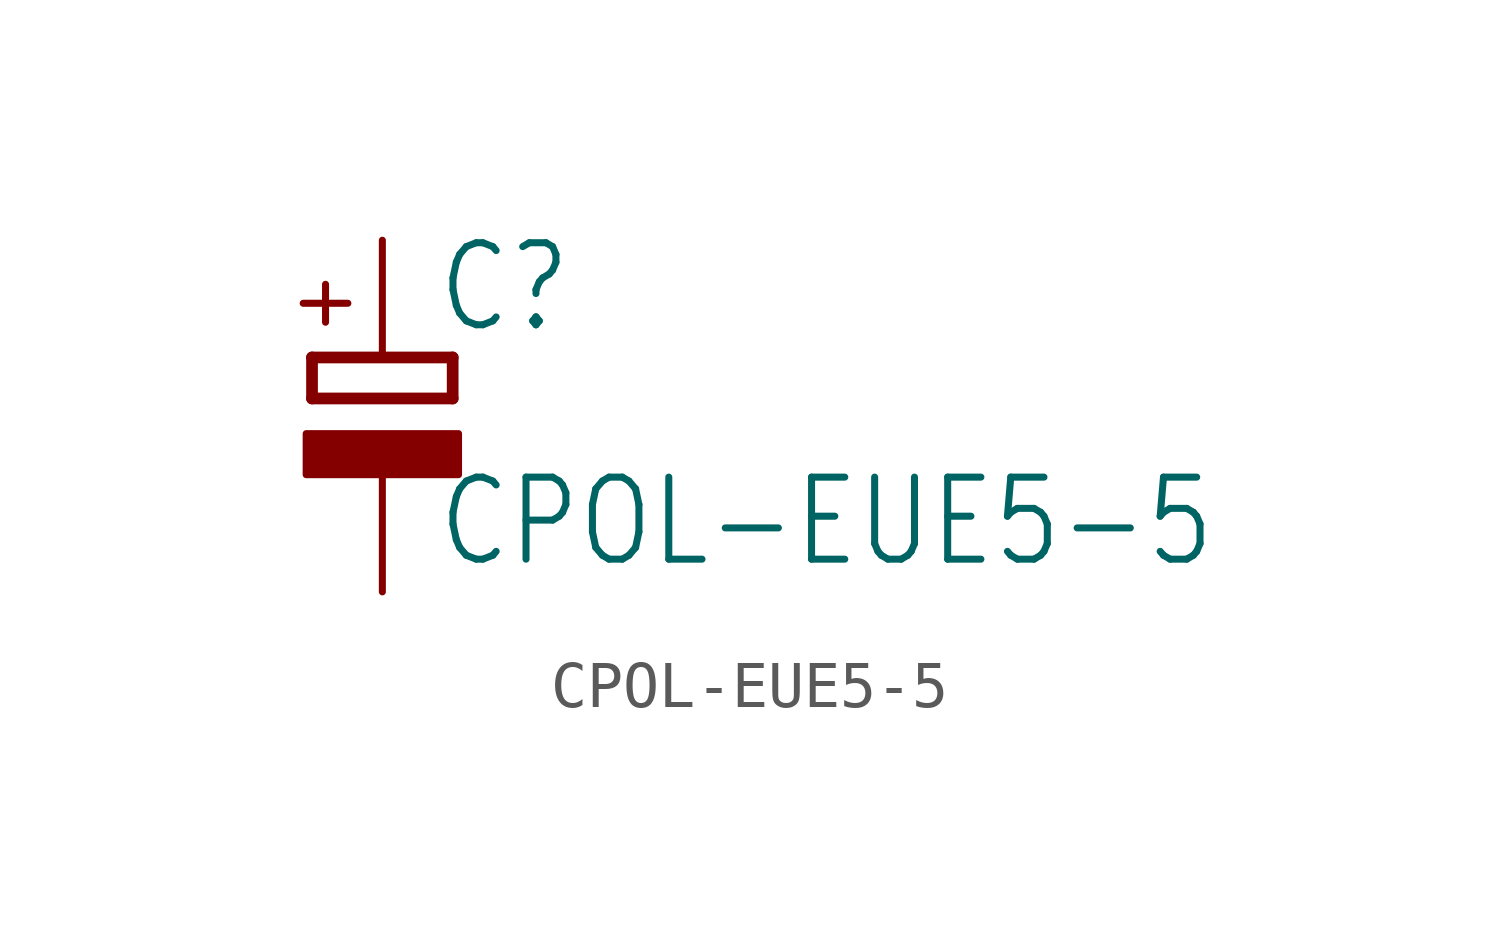
<source format=kicad_sym>
(kicad_symbol_lib
  (version 20211014)
  (generator kicad_symbol_editor)
  (symbol "CPOL-EUE5-5"
    (property "Reference" "C"
      (at 1.143 0.483 0)
      (effects (font (size 1.778 1.511)) (justify left bottom)))
    (property "Value" "CPOL-EUE5-5"
      (at 1.143 -4.597 0)
      (effects (font (size 1.778 1.511)) (justify left bottom)))
    (property "ki_locked" ""
      (at 0 0 0)
      (effects (font (size 1.27 1.27))))
    (symbol "CPOL-EUE5-5_1_0"
      (rectangle (start -1.651 -2.54) (end 1.651 -1.651) (stroke (width 0) (type default) (color 0 0 0 0)) (fill (type outline)))
      (polyline (pts (xy -1.524 -0.889) (xy 1.524 -0.889)) (stroke (width 0.254) (type default) (color 0 0 0 0)) (fill (type none)))
      (polyline (pts (xy -1.524 0) (xy -1.524 -0.889)) (stroke (width 0.254) (type default) (color 0 0 0 0)) (fill (type none)))
      (polyline (pts (xy -1.524 0) (xy 1.524 0)) (stroke (width 0.254) (type default) (color 0 0 0 0)) (fill (type none)))
      (polyline (pts (xy 1.524 -0.889) (xy 1.524 0)) (stroke (width 0.254) (type default) (color 0 0 0 0)) (fill (type none)))
      (text "+" (at -0.584 0.406 900) (effects (font (size 1.27 1.079)) (justify left bottom)))
      (pin passive line (at 0 2.54 270) (length 2.54) (name "+" (effects (font (size 0 0)))) (number "+" (effects (font (size 0 0)))))
      (pin passive line (at 0 -5.08 90) (length 2.54) (name "-" (effects (font (size 0 0)))) (number "-" (effects (font (size 0 0))))))))
</source>
